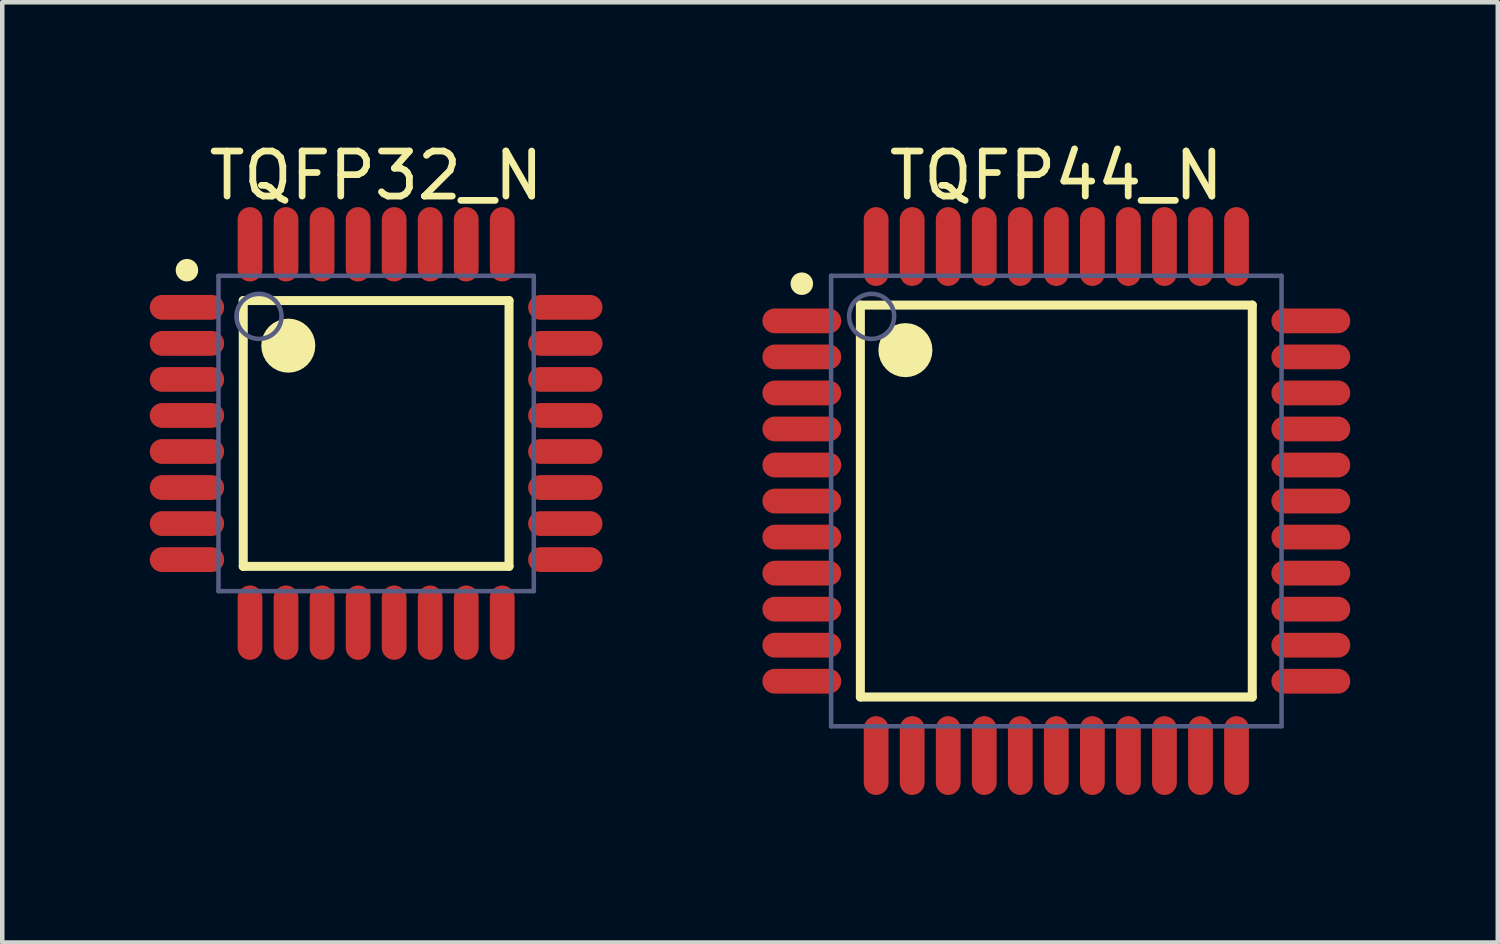
<source format=kicad_pcb>
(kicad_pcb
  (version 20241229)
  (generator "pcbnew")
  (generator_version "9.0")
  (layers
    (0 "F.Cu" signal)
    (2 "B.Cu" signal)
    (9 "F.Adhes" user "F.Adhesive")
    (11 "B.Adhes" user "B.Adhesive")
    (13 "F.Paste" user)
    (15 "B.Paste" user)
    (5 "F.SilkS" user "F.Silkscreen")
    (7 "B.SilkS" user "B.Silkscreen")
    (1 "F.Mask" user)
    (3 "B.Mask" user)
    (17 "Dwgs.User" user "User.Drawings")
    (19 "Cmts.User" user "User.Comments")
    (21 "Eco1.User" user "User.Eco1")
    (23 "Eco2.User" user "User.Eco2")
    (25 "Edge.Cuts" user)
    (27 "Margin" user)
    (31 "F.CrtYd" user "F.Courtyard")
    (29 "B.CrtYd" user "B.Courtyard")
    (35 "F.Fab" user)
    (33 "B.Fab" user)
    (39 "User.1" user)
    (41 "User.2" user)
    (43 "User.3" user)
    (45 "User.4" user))
  (footprint "TQFP44_N"
    (layer "F.Cu")
    (at 20.4 8.073)
    (property "Reference" "TQFP44_N" (at 0 -7.225 0) (layer "F.SilkS") (effects (font (size 1 1) (thickness 0.15))))
    (fp_line (start -4.35 -4.35) (end 4.35 -4.35) (stroke (width 0.2) (type solid)) (layer "F.SilkS"))
    (fp_line (start -4.35 4.35) (end -4.35 -4.35) (stroke (width 0.2) (type solid)) (layer "F.SilkS"))
    (fp_line (start -4.35 4.35) (end 4.35 4.35) (stroke (width 0.2) (type solid)) (layer "F.SilkS"))
    (fp_line (start 4.35 4.35) (end 4.35 -4.35) (stroke (width 0.2) (type solid)) (layer "F.SilkS"))
    (fp_circle (center -5.65 -4.825) (end -5.65 -4.95) (stroke (width 0.25) (type solid)) (fill no) (layer "F.SilkS"))
    (fp_circle (center -3.35 -3.35) (end -3.35 -3.65) (stroke (width 0.6) (type solid)) (fill no) (layer "F.SilkS"))
    (fp_line (start -6.75 -6.75) (end 6.75 -6.75) (stroke (width 0.1) (type solid)) (layer "Eco2.User"))
    (fp_line (start -6.75 6.75) (end -6.75 -6.75) (stroke (width 0.1) (type solid)) (layer "Eco2.User"))
    (fp_line (start -6.75 6.75) (end 6.75 6.75) (stroke (width 0.1) (type solid)) (layer "Eco2.User"))
    (fp_line (start -0.5 0) (end 0.5 0) (stroke (width 0.1) (type solid)) (layer "Eco2.User"))
    (fp_line (start 0 0.5) (end 0 -0.5) (stroke (width 0.1) (type solid)) (layer "Eco2.User"))
    (fp_line (start 6.75 6.75) (end 6.75 -6.75) (stroke (width 0.1) (type solid)) (layer "Eco2.User"))
    (fp_line (start -5 -5) (end 5 -5) (stroke (width 0.1) (type solid)) (layer "B.Fab"))
    (fp_line (start -5 5) (end -5 -5) (stroke (width 0.1) (type solid)) (layer "B.Fab"))
    (fp_line (start -5 5) (end 5 5) (stroke (width 0.1) (type solid)) (layer "B.Fab"))
    (fp_line (start 5 5) (end 5 -5) (stroke (width 0.1) (type solid)) (layer "B.Fab"))
    (fp_circle (center -4.1 -4.1) (end -4.1 -4.6) (stroke (width 0.1) (type solid)) (fill no) (layer "B.Fab"))
    (pad "1" smd oval (at -5.65 -4 90) (size 0.55 1.75) (layers "F.Cu" "F.Mask" "F.Paste"))
    (pad "2" smd oval (at -5.65 -3.2 90) (size 0.55 1.75) (layers "F.Cu" "F.Mask" "F.Paste"))
    (pad "3" smd oval (at -5.65 -2.4 90) (size 0.55 1.75) (layers "F.Cu" "F.Mask" "F.Paste"))
    (pad "4" smd oval (at -5.65 -1.6 90) (size 0.55 1.75) (layers "F.Cu" "F.Mask" "F.Paste"))
    (pad "5" smd oval (at -5.65 -0.8 90) (size 0.55 1.75) (layers "F.Cu" "F.Mask" "F.Paste"))
    (pad "6" smd oval (at -5.65 0 90) (size 0.55 1.75) (layers "F.Cu" "F.Mask" "F.Paste"))
    (pad "7" smd oval (at -5.65 0.8 90) (size 0.55 1.75) (layers "F.Cu" "F.Mask" "F.Paste"))
    (pad "8" smd oval (at -5.65 1.6 90) (size 0.55 1.75) (layers "F.Cu" "F.Mask" "F.Paste"))
    (pad "9" smd oval (at -5.65 2.4 90) (size 0.55 1.75) (layers "F.Cu" "F.Mask" "F.Paste"))
    (pad "10" smd oval (at -5.65 3.2 90) (size 0.55 1.75) (layers "F.Cu" "F.Mask" "F.Paste"))
    (pad "11" smd oval (at -5.65 4 90) (size 0.55 1.75) (layers "F.Cu" "F.Mask" "F.Paste"))
    (pad "12" smd oval (at -4 5.65) (size 0.55 1.75) (layers "F.Cu" "F.Mask" "F.Paste"))
    (pad "13" smd oval (at -3.2 5.65) (size 0.55 1.75) (layers "F.Cu" "F.Mask" "F.Paste"))
    (pad "14" smd oval (at -2.4 5.65) (size 0.55 1.75) (layers "F.Cu" "F.Mask" "F.Paste"))
    (pad "15" smd oval (at -1.6 5.65) (size 0.55 1.75) (layers "F.Cu" "F.Mask" "F.Paste"))
    (pad "16" smd oval (at -0.8 5.65) (size 0.55 1.75) (layers "F.Cu" "F.Mask" "F.Paste"))
    (pad "17" smd oval (at 0 5.65) (size 0.55 1.75) (layers "F.Cu" "F.Mask" "F.Paste"))
    (pad "18" smd oval (at 0.8 5.65) (size 0.55 1.75) (layers "F.Cu" "F.Mask" "F.Paste"))
    (pad "19" smd oval (at 1.6 5.65) (size 0.55 1.75) (layers "F.Cu" "F.Mask" "F.Paste"))
    (pad "20" smd oval (at 2.4 5.65) (size 0.55 1.75) (layers "F.Cu" "F.Mask" "F.Paste"))
    (pad "21" smd oval (at 3.2 5.65) (size 0.55 1.75) (layers "F.Cu" "F.Mask" "F.Paste"))
    (pad "22" smd oval (at 4 5.65) (size 0.55 1.75) (layers "F.Cu" "F.Mask" "F.Paste"))
    (pad "23" smd oval (at 5.65 4 90) (size 0.55 1.75) (layers "F.Cu" "F.Mask" "F.Paste"))
    (pad "24" smd oval (at 5.65 3.2 90) (size 0.55 1.75) (layers "F.Cu" "F.Mask" "F.Paste"))
    (pad "25" smd oval (at 5.65 2.4 90) (size 0.55 1.75) (layers "F.Cu" "F.Mask" "F.Paste"))
    (pad "26" smd oval (at 5.65 1.6 90) (size 0.55 1.75) (layers "F.Cu" "F.Mask" "F.Paste"))
    (pad "27" smd oval (at 5.65 0.8 90) (size 0.55 1.75) (layers "F.Cu" "F.Mask" "F.Paste"))
    (pad "28" smd oval (at 5.65 0 90) (size 0.55 1.75) (layers "F.Cu" "F.Mask" "F.Paste"))
    (pad "29" smd oval (at 5.65 -0.8 90) (size 0.55 1.75) (layers "F.Cu" "F.Mask" "F.Paste"))
    (pad "30" smd oval (at 5.65 -1.6 90) (size 0.55 1.75) (layers "F.Cu" "F.Mask" "F.Paste"))
    (pad "31" smd oval (at 5.65 -2.4 90) (size 0.55 1.75) (layers "F.Cu" "F.Mask" "F.Paste"))
    (pad "32" smd oval (at 5.65 -3.2 90) (size 0.55 1.75) (layers "F.Cu" "F.Mask" "F.Paste"))
    (pad "33" smd oval (at 5.65 -4 90) (size 0.55 1.75) (layers "F.Cu" "F.Mask" "F.Paste"))
    (pad "34" smd oval (at 4 -5.65) (size 0.55 1.75) (layers "F.Cu" "F.Mask" "F.Paste"))
    (pad "35" smd oval (at 3.2 -5.65) (size 0.55 1.75) (layers "F.Cu" "F.Mask" "F.Paste"))
    (pad "36" smd oval (at 2.4 -5.65) (size 0.55 1.75) (layers "F.Cu" "F.Mask" "F.Paste"))
    (pad "37" smd oval (at 1.6 -5.65) (size 0.55 1.75) (layers "F.Cu" "F.Mask" "F.Paste"))
    (pad "38" smd oval (at 0.8 -5.65) (size 0.55 1.75) (layers "F.Cu" "F.Mask" "F.Paste"))
    (pad "39" smd oval (at 0 -5.65) (size 0.55 1.75) (layers "F.Cu" "F.Mask" "F.Paste"))
    (pad "40" smd oval (at -0.8 -5.65) (size 0.55 1.75) (layers "F.Cu" "F.Mask" "F.Paste"))
    (pad "41" smd oval (at -1.6 -5.65) (size 0.55 1.75) (layers "F.Cu" "F.Mask" "F.Paste"))
    (pad "42" smd oval (at -2.4 -5.65) (size 0.55 1.75) (layers "F.Cu" "F.Mask" "F.Paste"))
    (pad "43" smd oval (at -3.2 -5.65) (size 0.55 1.75) (layers "F.Cu" "F.Mask" "F.Paste"))
    (pad "44" smd oval (at -4 -5.65) (size 0.55 1.75) (layers "F.Cu" "F.Mask" "F.Paste")))
  (footprint "TQFP32_N"
    (layer "F.Cu")
    (at 5.3 6.573)
    (property "Reference" "TQFP32_N" (at 0 -5.725 0) (layer "F.SilkS") (effects (font (size 1 1) (thickness 0.15))))
    (fp_line (start -2.95 -2.95) (end 2.95 -2.95) (stroke (width 0.2) (type solid)) (layer "F.SilkS"))
    (fp_line (start -2.95 2.95) (end -2.95 -2.95) (stroke (width 0.2) (type solid)) (layer "F.SilkS"))
    (fp_line (start -2.95 2.95) (end 2.95 2.95) (stroke (width 0.2) (type solid)) (layer "F.SilkS"))
    (fp_line (start 2.95 2.95) (end 2.95 -2.95) (stroke (width 0.2) (type solid)) (layer "F.SilkS"))
    (fp_circle (center -4.2 -3.625) (end -4.2 -3.75) (stroke (width 0.25) (type solid)) (fill no) (layer "F.SilkS"))
    (fp_circle (center -1.95 -1.95) (end -1.95 -2.25) (stroke (width 0.6) (type solid)) (fill no) (layer "F.SilkS"))
    (fp_line (start -5.25 -5.25) (end 5.25 -5.25) (stroke (width 0.1) (type solid)) (layer "Eco2.User"))
    (fp_line (start -5.25 5.25) (end -5.25 -5.25) (stroke (width 0.1) (type solid)) (layer "Eco2.User"))
    (fp_line (start -5.25 5.25) (end 5.25 5.25) (stroke (width 0.1) (type solid)) (layer "Eco2.User"))
    (fp_line (start -0.5 0) (end 0.5 0) (stroke (width 0.1) (type solid)) (layer "Eco2.User"))
    (fp_line (start 0 0.5) (end 0 -0.5) (stroke (width 0.1) (type solid)) (layer "Eco2.User"))
    (fp_line (start 5.25 5.25) (end 5.25 -5.25) (stroke (width 0.1) (type solid)) (layer "Eco2.User"))
    (fp_line (start -3.5 -3.5) (end 3.5 -3.5) (stroke (width 0.1) (type solid)) (layer "B.Fab"))
    (fp_line (start -3.5 3.5) (end -3.5 -3.5) (stroke (width 0.1) (type solid)) (layer "B.Fab"))
    (fp_line (start -3.5 3.5) (end 3.5 3.5) (stroke (width 0.1) (type solid)) (layer "B.Fab"))
    (fp_line (start 3.5 3.5) (end 3.5 -3.5) (stroke (width 0.1) (type solid)) (layer "B.Fab"))
    (fp_circle (center -2.6 -2.6) (end -2.6 -3.1) (stroke (width 0.1) (type solid)) (fill no) (layer "B.Fab"))
    (pad "1" smd oval (at -4.2 -2.8 90) (size 0.55 1.65) (layers "F.Cu" "F.Mask" "F.Paste"))
    (pad "2" smd oval (at -4.2 -2 90) (size 0.55 1.65) (layers "F.Cu" "F.Mask" "F.Paste"))
    (pad "3" smd oval (at -4.2 -1.2 90) (size 0.55 1.65) (layers "F.Cu" "F.Mask" "F.Paste"))
    (pad "4" smd oval (at -4.2 -0.4 90) (size 0.55 1.65) (layers "F.Cu" "F.Mask" "F.Paste"))
    (pad "5" smd oval (at -4.2 0.4 90) (size 0.55 1.65) (layers "F.Cu" "F.Mask" "F.Paste"))
    (pad "6" smd oval (at -4.2 1.2 90) (size 0.55 1.65) (layers "F.Cu" "F.Mask" "F.Paste"))
    (pad "7" smd oval (at -4.2 2 90) (size 0.55 1.65) (layers "F.Cu" "F.Mask" "F.Paste"))
    (pad "8" smd oval (at -4.2 2.8 90) (size 0.55 1.65) (layers "F.Cu" "F.Mask" "F.Paste"))
    (pad "9" smd oval (at -2.8 4.2) (size 0.55 1.65) (layers "F.Cu" "F.Mask" "F.Paste"))
    (pad "10" smd oval (at -2 4.2) (size 0.55 1.65) (layers "F.Cu" "F.Mask" "F.Paste"))
    (pad "11" smd oval (at -1.2 4.2) (size 0.55 1.65) (layers "F.Cu" "F.Mask" "F.Paste"))
    (pad "12" smd oval (at -0.4 4.2) (size 0.55 1.65) (layers "F.Cu" "F.Mask" "F.Paste"))
    (pad "13" smd oval (at 0.4 4.2) (size 0.55 1.65) (layers "F.Cu" "F.Mask" "F.Paste"))
    (pad "14" smd oval (at 1.2 4.2) (size 0.55 1.65) (layers "F.Cu" "F.Mask" "F.Paste"))
    (pad "15" smd oval (at 2 4.2) (size 0.55 1.65) (layers "F.Cu" "F.Mask" "F.Paste"))
    (pad "16" smd oval (at 2.8 4.2) (size 0.55 1.65) (layers "F.Cu" "F.Mask" "F.Paste"))
    (pad "17" smd oval (at 4.2 2.8 90) (size 0.55 1.65) (layers "F.Cu" "F.Mask" "F.Paste"))
    (pad "18" smd oval (at 4.2 2 90) (size 0.55 1.65) (layers "F.Cu" "F.Mask" "F.Paste"))
    (pad "19" smd oval (at 4.2 1.2 90) (size 0.55 1.65) (layers "F.Cu" "F.Mask" "F.Paste"))
    (pad "20" smd oval (at 4.2 0.4 90) (size 0.55 1.65) (layers "F.Cu" "F.Mask" "F.Paste"))
    (pad "21" smd oval (at 4.2 -0.4 90) (size 0.55 1.65) (layers "F.Cu" "F.Mask" "F.Paste"))
    (pad "22" smd oval (at 4.2 -1.2 90) (size 0.55 1.65) (layers "F.Cu" "F.Mask" "F.Paste"))
    (pad "23" smd oval (at 4.2 -2 90) (size 0.55 1.65) (layers "F.Cu" "F.Mask" "F.Paste"))
    (pad "24" smd oval (at 4.2 -2.8 90) (size 0.55 1.65) (layers "F.Cu" "F.Mask" "F.Paste"))
    (pad "25" smd oval (at 2.8 -4.2) (size 0.55 1.65) (layers "F.Cu" "F.Mask" "F.Paste"))
    (pad "26" smd oval (at 2 -4.2) (size 0.55 1.65) (layers "F.Cu" "F.Mask" "F.Paste"))
    (pad "27" smd oval (at 1.2 -4.2) (size 0.55 1.65) (layers "F.Cu" "F.Mask" "F.Paste"))
    (pad "28" smd oval (at 0.4 -4.2) (size 0.55 1.65) (layers "F.Cu" "F.Mask" "F.Paste"))
    (pad "29" smd oval (at -0.4 -4.2) (size 0.55 1.65) (layers "F.Cu" "F.Mask" "F.Paste"))
    (pad "30" smd oval (at -1.2 -4.2) (size 0.55 1.65) (layers "F.Cu" "F.Mask" "F.Paste"))
    (pad "31" smd oval (at -2 -4.2) (size 0.55 1.65) (layers "F.Cu" "F.Mask" "F.Paste"))
    (pad "32" smd oval (at -2.8 -4.2) (size 0.55 1.65) (layers "F.Cu" "F.Mask" "F.Paste")))
  (gr_rect
    (start -3 -3)
    (end 30.2 17.873)
    (stroke (width 0.1) (type default))
    (fill no)
    (layer "Edge.Cuts")))
</source>
